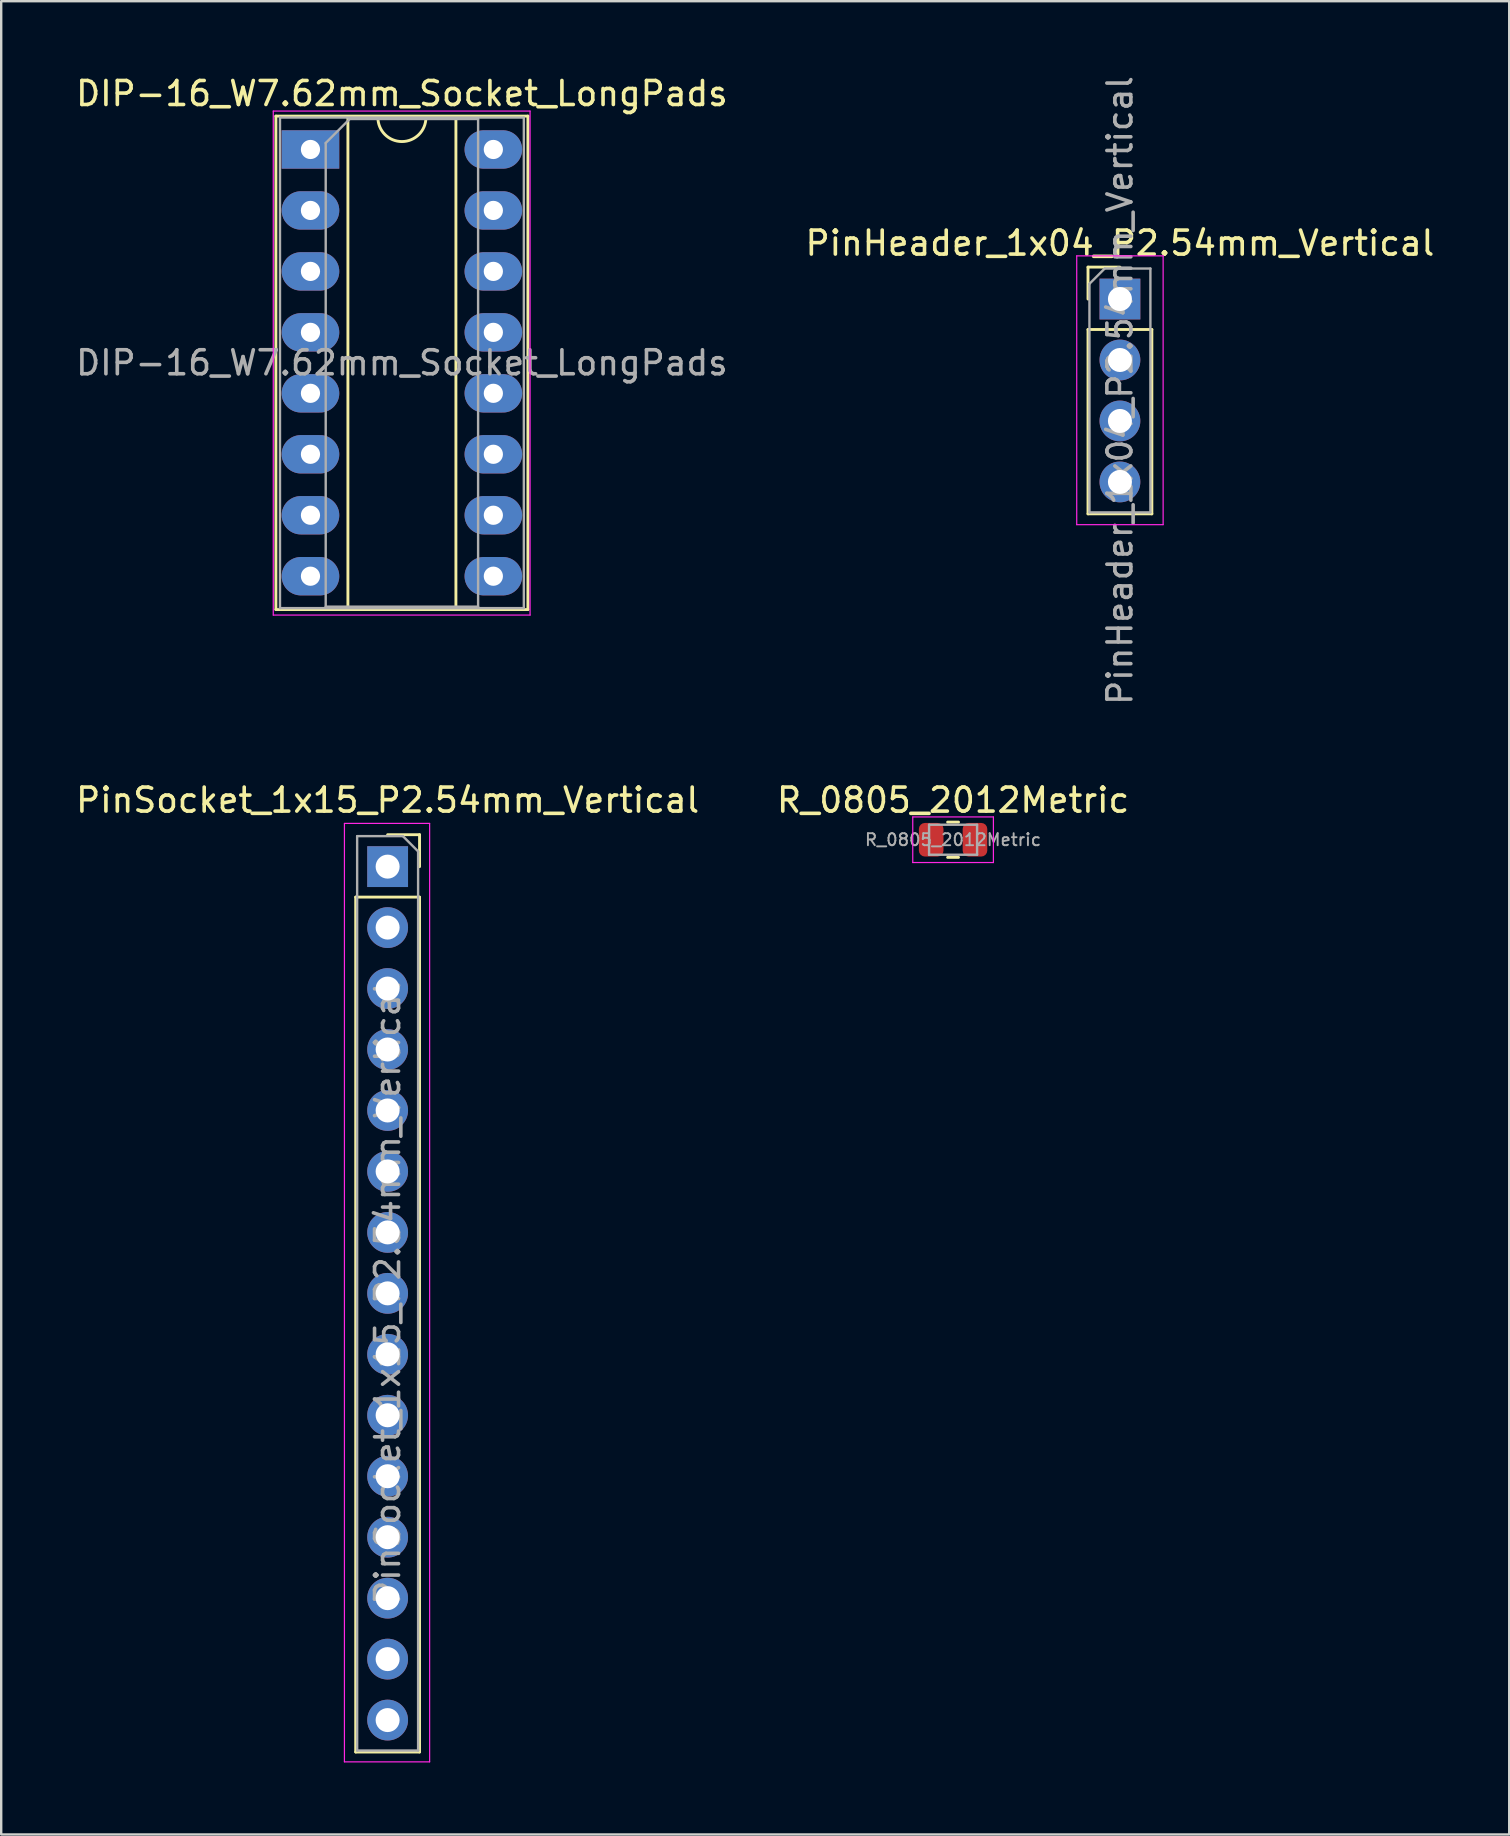
<source format=kicad_pcb>
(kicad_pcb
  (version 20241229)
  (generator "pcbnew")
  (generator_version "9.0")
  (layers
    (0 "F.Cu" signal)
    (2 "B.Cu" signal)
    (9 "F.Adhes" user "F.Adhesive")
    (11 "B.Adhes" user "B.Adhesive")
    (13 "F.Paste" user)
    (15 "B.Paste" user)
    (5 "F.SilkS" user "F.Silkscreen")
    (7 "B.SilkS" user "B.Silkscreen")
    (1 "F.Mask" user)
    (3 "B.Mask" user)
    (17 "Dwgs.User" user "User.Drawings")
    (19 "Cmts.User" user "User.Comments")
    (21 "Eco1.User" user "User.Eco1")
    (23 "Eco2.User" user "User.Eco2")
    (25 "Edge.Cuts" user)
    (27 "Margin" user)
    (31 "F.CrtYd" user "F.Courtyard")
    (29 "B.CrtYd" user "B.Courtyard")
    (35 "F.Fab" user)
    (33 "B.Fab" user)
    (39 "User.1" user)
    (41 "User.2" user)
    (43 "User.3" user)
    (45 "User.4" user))
  (footprint "R_0805_2012Metric"
    (layer "F.Cu")
    (at 36.661 31.939)
    (property "Reference" "R_0805_2012Metric" (at 0 -1.65 0) (layer "F.SilkS") (effects (font (size 1 1) (thickness 0.15))))
    (attr smd)
    (fp_line (start -0.227 -0.735) (end 0.227 -0.735) (stroke (width 0.12) (type solid)) (layer "F.SilkS"))
    (fp_line (start -0.227 0.735) (end 0.227 0.735) (stroke (width 0.12) (type solid)) (layer "F.SilkS"))
    (fp_line (start -1.68 -0.95) (end 1.68 -0.95) (stroke (width 0.05) (type solid)) (layer "F.CrtYd"))
    (fp_line (start -1.68 0.95) (end -1.68 -0.95) (stroke (width 0.05) (type solid)) (layer "F.CrtYd"))
    (fp_line (start 1.68 -0.95) (end 1.68 0.95) (stroke (width 0.05) (type solid)) (layer "F.CrtYd"))
    (fp_line (start 1.68 0.95) (end -1.68 0.95) (stroke (width 0.05) (type solid)) (layer "F.CrtYd"))
    (fp_line (start -1 -0.625) (end 1 -0.625) (stroke (width 0.1) (type solid)) (layer "F.Fab"))
    (fp_line (start -1 0.625) (end -1 -0.625) (stroke (width 0.1) (type solid)) (layer "F.Fab"))
    (fp_line (start 1 -0.625) (end 1 0.625) (stroke (width 0.1) (type solid)) (layer "F.Fab"))
    (fp_line (start 1 0.625) (end -1 0.625) (stroke (width 0.1) (type solid)) (layer "F.Fab"))
    (fp_text user "${REFERENCE}" (at 0 0 0) (layer "F.Fab") (effects (font (size 0.5 0.5) (thickness 0.08))))
    (pad "1" smd roundrect (at -0.912 0) (size 1.025 1.4) (layers "F.Cu" "F.Mask" "F.Paste") (roundrect_rratio 0.244))
    (pad "2" smd roundrect (at 0.912 0) (size 1.025 1.4) (layers "F.Cu" "F.Mask" "F.Paste") (roundrect_rratio 0.244)))
  (footprint "DIP-16_W7.62mm_Socket_LongPads"
    (layer "F.Cu")
    (at 9.886 3.178)
    (property "Reference" "DIP-16_W7.62mm_Socket_LongPads" (at 3.81 -2.33 0) (layer "F.SilkS") (effects (font (size 1 1) (thickness 0.15))))
    (attr through_hole)
    (fp_line (start -1.44 -1.39) (end -1.44 19.17) (stroke (width 0.12) (type solid)) (layer "F.SilkS"))
    (fp_line (start -1.44 19.17) (end 9.06 19.17) (stroke (width 0.12) (type solid)) (layer "F.SilkS"))
    (fp_line (start 1.56 -1.33) (end 1.56 19.11) (stroke (width 0.12) (type solid)) (layer "F.SilkS"))
    (fp_line (start 1.56 19.11) (end 6.06 19.11) (stroke (width 0.12) (type solid)) (layer "F.SilkS"))
    (fp_line (start 2.81 -1.33) (end 1.56 -1.33) (stroke (width 0.12) (type solid)) (layer "F.SilkS"))
    (fp_line (start 6.06 -1.33) (end 4.81 -1.33) (stroke (width 0.12) (type solid)) (layer "F.SilkS"))
    (fp_line (start 6.06 19.11) (end 6.06 -1.33) (stroke (width 0.12) (type solid)) (layer "F.SilkS"))
    (fp_line (start 9.06 -1.39) (end -1.44 -1.39) (stroke (width 0.12) (type solid)) (layer "F.SilkS"))
    (fp_line (start 9.06 19.17) (end 9.06 -1.39) (stroke (width 0.12) (type solid)) (layer "F.SilkS"))
    (fp_arc (start 4.81 -1.33) (mid 3.81 -0.33) (end 2.81 -1.33) (stroke (width 0.12) (type solid)) (layer "F.SilkS"))
    (fp_line (start -1.55 -1.6) (end -1.55 19.4) (stroke (width 0.05) (type solid)) (layer "F.CrtYd"))
    (fp_line (start -1.55 19.4) (end 9.15 19.4) (stroke (width 0.05) (type solid)) (layer "F.CrtYd"))
    (fp_line (start 9.15 -1.6) (end -1.55 -1.6) (stroke (width 0.05) (type solid)) (layer "F.CrtYd"))
    (fp_line (start 9.15 19.4) (end 9.15 -1.6) (stroke (width 0.05) (type solid)) (layer "F.CrtYd"))
    (fp_line (start -1.27 -1.33) (end -1.27 19.11) (stroke (width 0.1) (type solid)) (layer "F.Fab"))
    (fp_line (start -1.27 19.11) (end 8.89 19.11) (stroke (width 0.1) (type solid)) (layer "F.Fab"))
    (fp_line (start 0.635 -0.27) (end 1.635 -1.27) (stroke (width 0.1) (type solid)) (layer "F.Fab"))
    (fp_line (start 0.635 19.05) (end 0.635 -0.27) (stroke (width 0.1) (type solid)) (layer "F.Fab"))
    (fp_line (start 1.635 -1.27) (end 6.985 -1.27) (stroke (width 0.1) (type solid)) (layer "F.Fab"))
    (fp_line (start 6.985 -1.27) (end 6.985 19.05) (stroke (width 0.1) (type solid)) (layer "F.Fab"))
    (fp_line (start 6.985 19.05) (end 0.635 19.05) (stroke (width 0.1) (type solid)) (layer "F.Fab"))
    (fp_line (start 8.89 -1.33) (end -1.27 -1.33) (stroke (width 0.1) (type solid)) (layer "F.Fab"))
    (fp_line (start 8.89 19.11) (end 8.89 -1.33) (stroke (width 0.1) (type solid)) (layer "F.Fab"))
    (fp_text user "${REFERENCE}" (at 3.81 8.89 0) (layer "F.Fab") (effects (font (size 1 1) (thickness 0.15))))
    (pad "1" thru_hole rect (at 0 0) (size 2.4 1.6) (drill 0.8) (layers "*.Cu" "*.Mask"))
    (pad "2" thru_hole oval (at 0 2.54) (size 2.4 1.6) (drill 0.8) (layers "*.Cu" "*.Mask"))
    (pad "3" thru_hole oval (at 0 5.08) (size 2.4 1.6) (drill 0.8) (layers "*.Cu" "*.Mask"))
    (pad "4" thru_hole oval (at 0 7.62) (size 2.4 1.6) (drill 0.8) (layers "*.Cu" "*.Mask"))
    (pad "5" thru_hole oval (at 0 10.16) (size 2.4 1.6) (drill 0.8) (layers "*.Cu" "*.Mask"))
    (pad "6" thru_hole oval (at 0 12.7) (size 2.4 1.6) (drill 0.8) (layers "*.Cu" "*.Mask"))
    (pad "7" thru_hole oval (at 0 15.24) (size 2.4 1.6) (drill 0.8) (layers "*.Cu" "*.Mask"))
    (pad "8" thru_hole oval (at 0 17.78) (size 2.4 1.6) (drill 0.8) (layers "*.Cu" "*.Mask"))
    (pad "9" thru_hole oval (at 7.62 17.78) (size 2.4 1.6) (drill 0.8) (layers "*.Cu" "*.Mask"))
    (pad "10" thru_hole oval (at 7.62 15.24) (size 2.4 1.6) (drill 0.8) (layers "*.Cu" "*.Mask"))
    (pad "11" thru_hole oval (at 7.62 12.7) (size 2.4 1.6) (drill 0.8) (layers "*.Cu" "*.Mask"))
    (pad "12" thru_hole oval (at 7.62 10.16) (size 2.4 1.6) (drill 0.8) (layers "*.Cu" "*.Mask"))
    (pad "13" thru_hole oval (at 7.62 7.62) (size 2.4 1.6) (drill 0.8) (layers "*.Cu" "*.Mask"))
    (pad "14" thru_hole oval (at 7.62 5.08) (size 2.4 1.6) (drill 0.8) (layers "*.Cu" "*.Mask"))
    (pad "15" thru_hole oval (at 7.62 2.54) (size 2.4 1.6) (drill 0.8) (layers "*.Cu" "*.Mask"))
    (pad "16" thru_hole oval (at 7.62 0) (size 2.4 1.6) (drill 0.8) (layers "*.Cu" "*.Mask")))
  (footprint "PinHeader_1x04_P2.54mm_Vertical"
    (layer "F.Cu")
    (at 43.613 9.41)
    (property "Reference" "PinHeader_1x04_P2.54mm_Vertical" (at 0 -2.33 0) (layer "F.SilkS") (effects (font (size 1 1) (thickness 0.15))))
    (attr through_hole)
    (fp_line (start -1.33 -1.33) (end 0 -1.33) (stroke (width 0.12) (type solid)) (layer "F.SilkS"))
    (fp_line (start -1.33 0) (end -1.33 -1.33) (stroke (width 0.12) (type solid)) (layer "F.SilkS"))
    (fp_line (start -1.33 1.27) (end -1.33 8.95) (stroke (width 0.12) (type solid)) (layer "F.SilkS"))
    (fp_line (start -1.33 1.27) (end 1.33 1.27) (stroke (width 0.12) (type solid)) (layer "F.SilkS"))
    (fp_line (start -1.33 8.95) (end 1.33 8.95) (stroke (width 0.12) (type solid)) (layer "F.SilkS"))
    (fp_line (start 1.33 1.27) (end 1.33 8.95) (stroke (width 0.12) (type solid)) (layer "F.SilkS"))
    (fp_line (start -1.8 -1.8) (end -1.8 9.4) (stroke (width 0.05) (type solid)) (layer "F.CrtYd"))
    (fp_line (start -1.8 9.4) (end 1.8 9.4) (stroke (width 0.05) (type solid)) (layer "F.CrtYd"))
    (fp_line (start 1.8 -1.8) (end -1.8 -1.8) (stroke (width 0.05) (type solid)) (layer "F.CrtYd"))
    (fp_line (start 1.8 9.4) (end 1.8 -1.8) (stroke (width 0.05) (type solid)) (layer "F.CrtYd"))
    (fp_line (start -1.27 -0.635) (end -0.635 -1.27) (stroke (width 0.1) (type solid)) (layer "F.Fab"))
    (fp_line (start -1.27 8.89) (end -1.27 -0.635) (stroke (width 0.1) (type solid)) (layer "F.Fab"))
    (fp_line (start -0.635 -1.27) (end 1.27 -1.27) (stroke (width 0.1) (type solid)) (layer "F.Fab"))
    (fp_line (start 1.27 -1.27) (end 1.27 8.89) (stroke (width 0.1) (type solid)) (layer "F.Fab"))
    (fp_line (start 1.27 8.89) (end -1.27 8.89) (stroke (width 0.1) (type solid)) (layer "F.Fab"))
    (fp_text user "${REFERENCE}" (at 0 3.81 90) (layer "F.Fab") (effects (font (size 1 1) (thickness 0.15))))
    (pad "1" thru_hole rect (at 0 0) (size 1.7 1.7) (drill 1) (layers "*.Cu" "*.Mask"))
    (pad "2" thru_hole oval (at 0 2.54) (size 1.7 1.7) (drill 1) (layers "*.Cu" "*.Mask"))
    (pad "3" thru_hole oval (at 0 5.08) (size 1.7 1.7) (drill 1) (layers "*.Cu" "*.Mask"))
    (pad "4" thru_hole oval (at 0 7.62) (size 1.7 1.7) (drill 1) (layers "*.Cu" "*.Mask")))
  (footprint "PinSocket_1x15_P2.54mm_Vertical"
    (layer "F.Cu")
    (at 13.101 33.059)
    (property "Reference" "PinSocket_1x15_P2.54mm_Vertical" (at 0 -2.77 0) (layer "F.SilkS") (effects (font (size 1 1) (thickness 0.15))))
    (attr through_hole)
    (fp_line (start -1.33 1.27) (end -1.33 36.89) (stroke (width 0.12) (type solid)) (layer "F.SilkS"))
    (fp_line (start -1.33 1.27) (end 1.33 1.27) (stroke (width 0.12) (type solid)) (layer "F.SilkS"))
    (fp_line (start -1.33 36.89) (end 1.33 36.89) (stroke (width 0.12) (type solid)) (layer "F.SilkS"))
    (fp_line (start 0 -1.33) (end 1.33 -1.33) (stroke (width 0.12) (type solid)) (layer "F.SilkS"))
    (fp_line (start 1.33 -1.33) (end 1.33 0) (stroke (width 0.12) (type solid)) (layer "F.SilkS"))
    (fp_line (start 1.33 1.27) (end 1.33 36.89) (stroke (width 0.12) (type solid)) (layer "F.SilkS"))
    (fp_line (start -1.8 -1.8) (end 1.75 -1.8) (stroke (width 0.05) (type solid)) (layer "F.CrtYd"))
    (fp_line (start -1.8 37.3) (end -1.8 -1.8) (stroke (width 0.05) (type solid)) (layer "F.CrtYd"))
    (fp_line (start 1.75 -1.8) (end 1.75 37.3) (stroke (width 0.05) (type solid)) (layer "F.CrtYd"))
    (fp_line (start 1.75 37.3) (end -1.8 37.3) (stroke (width 0.05) (type solid)) (layer "F.CrtYd"))
    (fp_line (start -1.27 -1.27) (end 0.635 -1.27) (stroke (width 0.1) (type solid)) (layer "F.Fab"))
    (fp_line (start -1.27 36.83) (end -1.27 -1.27) (stroke (width 0.1) (type solid)) (layer "F.Fab"))
    (fp_line (start 0.635 -1.27) (end 1.27 -0.635) (stroke (width 0.1) (type solid)) (layer "F.Fab"))
    (fp_line (start 1.27 -0.635) (end 1.27 36.83) (stroke (width 0.1) (type solid)) (layer "F.Fab"))
    (fp_line (start 1.27 36.83) (end -1.27 36.83) (stroke (width 0.1) (type solid)) (layer "F.Fab"))
    (fp_text user "${REFERENCE}" (at 0 17.78 90) (layer "F.Fab") (effects (font (size 1 1) (thickness 0.15))))
    (pad "1" thru_hole rect (at 0 0) (size 1.7 1.7) (drill 1) (layers "*.Cu" "*.Mask"))
    (pad "2" thru_hole oval (at 0 2.54) (size 1.7 1.7) (drill 1) (layers "*.Cu" "*.Mask"))
    (pad "3" thru_hole oval (at 0 5.08) (size 1.7 1.7) (drill 1) (layers "*.Cu" "*.Mask"))
    (pad "4" thru_hole oval (at 0 7.62) (size 1.7 1.7) (drill 1) (layers "*.Cu" "*.Mask"))
    (pad "5" thru_hole oval (at 0 10.16) (size 1.7 1.7) (drill 1) (layers "*.Cu" "*.Mask"))
    (pad "6" thru_hole oval (at 0 12.7) (size 1.7 1.7) (drill 1) (layers "*.Cu" "*.Mask"))
    (pad "7" thru_hole oval (at 0 15.24) (size 1.7 1.7) (drill 1) (layers "*.Cu" "*.Mask"))
    (pad "8" thru_hole oval (at 0 17.78) (size 1.7 1.7) (drill 1) (layers "*.Cu" "*.Mask"))
    (pad "9" thru_hole oval (at 0 20.32) (size 1.7 1.7) (drill 1) (layers "*.Cu" "*.Mask"))
    (pad "10" thru_hole oval (at 0 22.86) (size 1.7 1.7) (drill 1) (layers "*.Cu" "*.Mask"))
    (pad "11" thru_hole oval (at 0 25.4) (size 1.7 1.7) (drill 1) (layers "*.Cu" "*.Mask"))
    (pad "12" thru_hole oval (at 0 27.94) (size 1.7 1.7) (drill 1) (layers "*.Cu" "*.Mask"))
    (pad "13" thru_hole oval (at 0 30.48) (size 1.7 1.7) (drill 1) (layers "*.Cu" "*.Mask"))
    (pad "14" thru_hole oval (at 0 33.02) (size 1.7 1.7) (drill 1) (layers "*.Cu" "*.Mask"))
    (pad "15" thru_hole oval (at 0 35.56) (size 1.7 1.7) (drill 1) (layers "*.Cu" "*.Mask")))
  (gr_rect
    (start -3 -3)
    (end 59.833 73.384)
    (stroke (width 0.1) (type default))
    (fill no)
    (layer "Edge.Cuts")))
</source>
